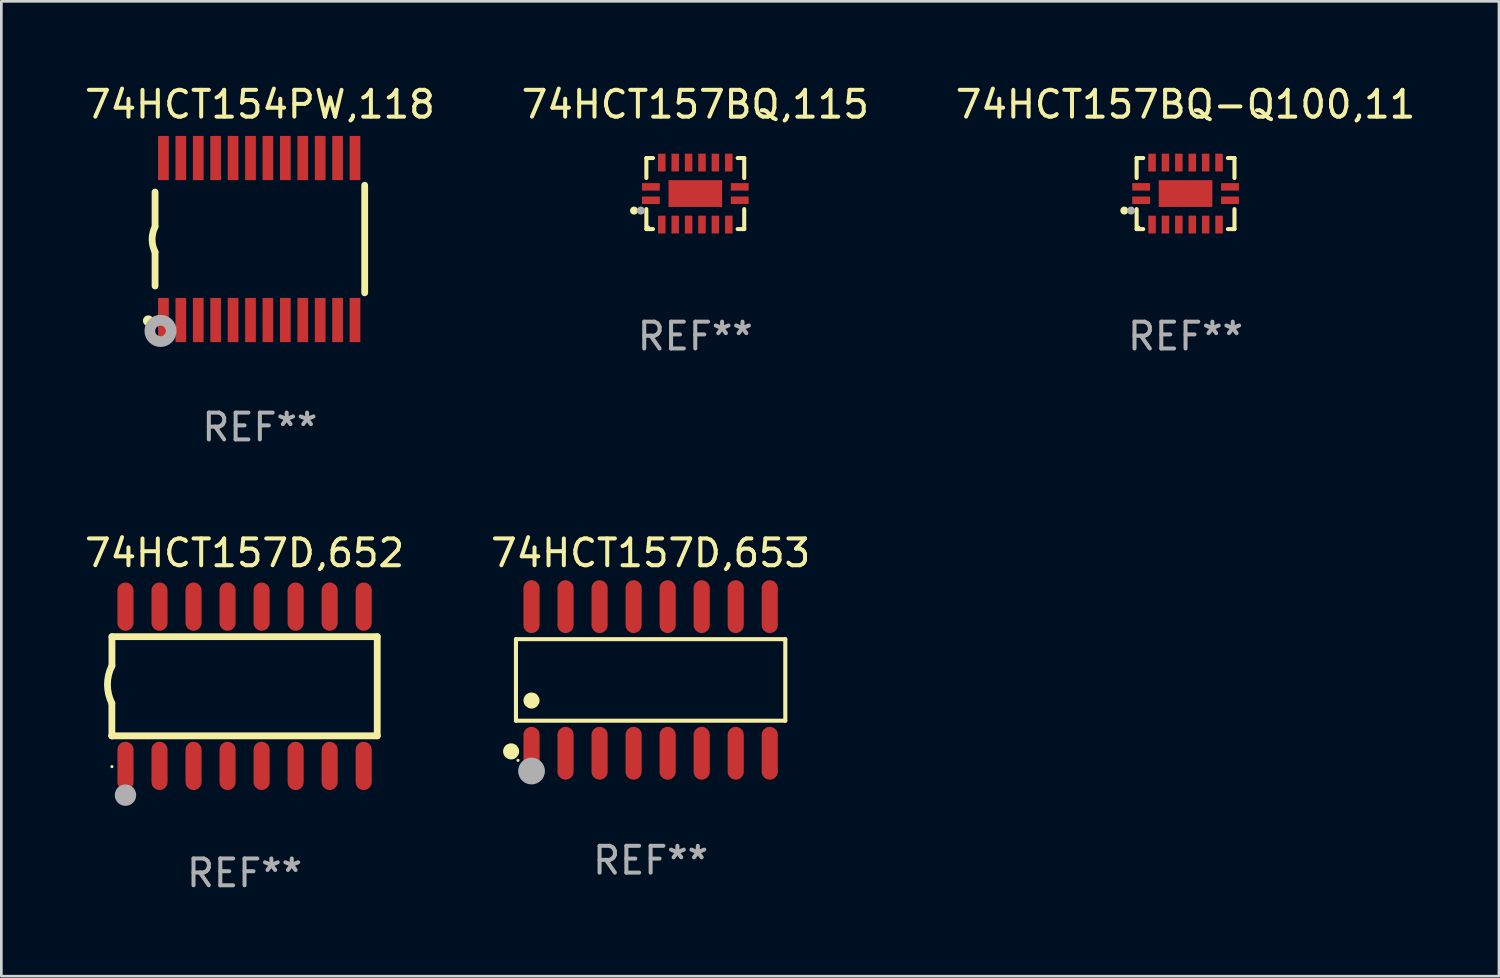
<source format=kicad_pcb>
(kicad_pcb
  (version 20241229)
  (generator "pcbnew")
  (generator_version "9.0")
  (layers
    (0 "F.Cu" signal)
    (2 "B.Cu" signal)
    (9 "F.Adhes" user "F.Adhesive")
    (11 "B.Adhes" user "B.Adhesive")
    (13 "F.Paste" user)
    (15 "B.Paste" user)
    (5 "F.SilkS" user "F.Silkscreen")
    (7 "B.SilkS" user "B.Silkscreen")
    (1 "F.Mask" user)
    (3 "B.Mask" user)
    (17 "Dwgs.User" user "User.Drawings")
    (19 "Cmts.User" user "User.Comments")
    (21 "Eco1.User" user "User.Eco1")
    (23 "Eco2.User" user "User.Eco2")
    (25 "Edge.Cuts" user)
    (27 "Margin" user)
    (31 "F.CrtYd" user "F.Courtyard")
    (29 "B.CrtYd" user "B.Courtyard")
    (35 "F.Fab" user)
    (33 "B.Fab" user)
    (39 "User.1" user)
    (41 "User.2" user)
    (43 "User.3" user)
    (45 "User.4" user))
  (footprint "74HCT157BQ-Q100,11"
    (layer "F.Cu")
    (at 41.196 4.174)
    (property "Reference" "74HCT157BQ-Q100,11" (at 0 -3.326 0) (layer "F.SilkS") (effects (font (size 1 1) (thickness 0.15))))
    (attr through_hole)
    (fp_line (start -1.826 -1.326) (end -1.58 -1.326) (stroke (width 0.152) (type solid)) (layer "F.SilkS"))
    (fp_line (start -1.826 -0.58) (end -1.826 -1.326) (stroke (width 0.152) (type solid)) (layer "F.SilkS"))
    (fp_line (start -1.826 0.58) (end -1.826 1.326) (stroke (width 0.152) (type solid)) (layer "F.SilkS"))
    (fp_line (start -1.826 1.326) (end -1.58 1.326) (stroke (width 0.152) (type solid)) (layer "F.SilkS"))
    (fp_line (start 1.826 -1.326) (end 1.58 -1.326) (stroke (width 0.152) (type solid)) (layer "F.SilkS"))
    (fp_line (start 1.826 -0.58) (end 1.826 -1.326) (stroke (width 0.152) (type solid)) (layer "F.SilkS"))
    (fp_line (start 1.826 0.58) (end 1.826 1.326) (stroke (width 0.152) (type solid)) (layer "F.SilkS"))
    (fp_line (start 1.826 1.326) (end 1.58 1.326) (stroke (width 0.152) (type solid)) (layer "F.SilkS"))
    (fp_circle (center -2.286 0.635) (end -2.211 0.635) (stroke (width 0.15) (type solid)) (fill no) (layer "F.SilkS"))
    (fp_circle (center -1.75 1.25) (end -1.72 1.25) (stroke (width 0.06) (type solid)) (fill no) (layer "F.SilkS"))
    (fp_circle (center -2.032 0.635) (end -1.957 0.635) (stroke (width 0.15) (type solid)) (fill no) (layer "F.Fab"))
    (fp_text user "REF**" (at 0 5.326 0) (layer "F.Fab") (effects (font (size 1 1) (thickness 0.15))))
    (pad "1" smd rect (at -1.658 0.25) (size 0.665 0.28) (layers "F.Cu" "F.Mask" "F.Paste"))
    (pad "2" smd rect (at -1.25 1.157) (size 0.28 0.665) (layers "F.Cu" "F.Mask" "F.Paste"))
    (pad "3" smd rect (at -0.75 1.157) (size 0.28 0.665) (layers "F.Cu" "F.Mask" "F.Paste"))
    (pad "4" smd rect (at -0.25 1.157) (size 0.28 0.665) (layers "F.Cu" "F.Mask" "F.Paste"))
    (pad "5" smd rect (at 0.25 1.157) (size 0.28 0.665) (layers "F.Cu" "F.Mask" "F.Paste"))
    (pad "6" smd rect (at 0.75 1.157) (size 0.28 0.665) (layers "F.Cu" "F.Mask" "F.Paste"))
    (pad "7" smd rect (at 1.25 1.157) (size 0.28 0.665) (layers "F.Cu" "F.Mask" "F.Paste"))
    (pad "8" smd rect (at 1.658 0.25) (size 0.665 0.28) (layers "F.Cu" "F.Mask" "F.Paste"))
    (pad "9" smd rect (at 1.658 -0.25) (size 0.665 0.28) (layers "F.Cu" "F.Mask" "F.Paste"))
    (pad "10" smd rect (at 1.25 -1.157) (size 0.28 0.665) (layers "F.Cu" "F.Mask" "F.Paste"))
    (pad "11" smd rect (at 0.75 -1.157) (size 0.28 0.665) (layers "F.Cu" "F.Mask" "F.Paste"))
    (pad "12" smd rect (at 0.25 -1.157) (size 0.28 0.665) (layers "F.Cu" "F.Mask" "F.Paste"))
    (pad "13" smd rect (at -0.25 -1.157) (size 0.28 0.665) (layers "F.Cu" "F.Mask" "F.Paste"))
    (pad "14" smd rect (at -0.75 -1.157) (size 0.28 0.665) (layers "F.Cu" "F.Mask" "F.Paste"))
    (pad "15" smd rect (at -1.25 -1.157) (size 0.28 0.665) (layers "F.Cu" "F.Mask" "F.Paste"))
    (pad "16" smd rect (at -1.658 -0.25) (size 0.665 0.28) (layers "F.Cu" "F.Mask" "F.Paste"))
    (pad "17" smd rect (at 0 0) (size 2 1) (layers "F.Cu" "F.Mask" "F.Paste")))
  (footprint "74HCT157D,653"
    (layer "F.Cu")
    (at 21.232 22.326)
    (property "Reference" "74HCT157D,653" (at 0 -4.736 0) (layer "F.SilkS") (effects (font (size 1 1) (thickness 0.15))))
    (attr through_hole)
    (fp_line (start -5.026 -1.521) (end 5.026 -1.521) (stroke (width 0.152) (type solid)) (layer "F.SilkS"))
    (fp_line (start -5.026 1.521) (end -5.026 -1.521) (stroke (width 0.152) (type solid)) (layer "F.SilkS"))
    (fp_line (start 5.026 -1.521) (end 5.026 1.521) (stroke (width 0.152) (type solid)) (layer "F.SilkS"))
    (fp_line (start 5.026 1.521) (end -5.026 1.521) (stroke (width 0.152) (type solid)) (layer "F.SilkS"))
    (fp_circle (center -5.207 2.667) (end -5.057 2.667) (stroke (width 0.3) (type solid)) (fill no) (layer "F.SilkS"))
    (fp_circle (center -4.95 3) (end -4.92 3) (stroke (width 0.06) (type solid)) (fill no) (layer "F.SilkS"))
    (fp_circle (center -4.445 0.769) (end -4.295 0.769) (stroke (width 0.3) (type solid)) (fill no) (layer "F.SilkS"))
    (fp_circle (center -4.445 3.4) (end -4.195 3.4) (stroke (width 0.5) (type solid)) (fill no) (layer "F.Fab"))
    (fp_text user "REF**" (at 0 6.736 0) (layer "F.Fab") (effects (font (size 1 1) (thickness 0.15))))
    (pad "1" smd oval (at -4.445 2.736) (size 0.602 1.971) (layers "F.Cu" "F.Mask" "F.Paste"))
    (pad "2" smd oval (at -3.175 2.736) (size 0.602 1.971) (layers "F.Cu" "F.Mask" "F.Paste"))
    (pad "3" smd oval (at -1.905 2.736) (size 0.602 1.971) (layers "F.Cu" "F.Mask" "F.Paste"))
    (pad "4" smd oval (at -0.635 2.736) (size 0.602 1.971) (layers "F.Cu" "F.Mask" "F.Paste"))
    (pad "5" smd oval (at 0.635 2.736) (size 0.602 1.971) (layers "F.Cu" "F.Mask" "F.Paste"))
    (pad "6" smd oval (at 1.905 2.736) (size 0.602 1.971) (layers "F.Cu" "F.Mask" "F.Paste"))
    (pad "7" smd oval (at 3.175 2.736) (size 0.602 1.971) (layers "F.Cu" "F.Mask" "F.Paste"))
    (pad "8" smd oval (at 4.445 2.736) (size 0.602 1.971) (layers "F.Cu" "F.Mask" "F.Paste"))
    (pad "9" smd oval (at 4.445 -2.736) (size 0.602 1.971) (layers "F.Cu" "F.Mask" "F.Paste"))
    (pad "10" smd oval (at 3.175 -2.736) (size 0.602 1.971) (layers "F.Cu" "F.Mask" "F.Paste"))
    (pad "11" smd oval (at 1.905 -2.736) (size 0.602 1.971) (layers "F.Cu" "F.Mask" "F.Paste"))
    (pad "12" smd oval (at 0.635 -2.736) (size 0.602 1.971) (layers "F.Cu" "F.Mask" "F.Paste"))
    (pad "13" smd oval (at -0.635 -2.736) (size 0.602 1.971) (layers "F.Cu" "F.Mask" "F.Paste"))
    (pad "14" smd oval (at -1.905 -2.736) (size 0.602 1.971) (layers "F.Cu" "F.Mask" "F.Paste"))
    (pad "15" smd oval (at -3.175 -2.736) (size 0.602 1.971) (layers "F.Cu" "F.Mask" "F.Paste"))
    (pad "16" smd oval (at -4.445 -2.736) (size 0.602 1.971) (layers "F.Cu" "F.Mask" "F.Paste")))
  (footprint "74HCT157D,652"
    (layer "F.Cu")
    (at 6.077 22.562)
    (property "Reference" "74HCT157D,652" (at 0 -4.972 0) (layer "F.SilkS") (effects (font (size 1 1) (thickness 0.15))))
    (attr through_hole)
    (fp_line (start -4.952 0.635) (end -4.952 1.85) (stroke (width 0.254) (type solid)) (layer "F.SilkS"))
    (fp_line (start -4.952 1.85) (end -4.949 1.85) (stroke (width 0.254) (type solid)) (layer "F.SilkS"))
    (fp_line (start -4.949 -1.85) (end -4.949 -0.762) (stroke (width 0.254) (type solid)) (layer "F.SilkS"))
    (fp_line (start -4.949 1.85) (end 4.952 1.85) (stroke (width 0.254) (type solid)) (layer "F.SilkS"))
    (fp_line (start 4.952 -1.85) (end -4.949 -1.85) (stroke (width 0.254) (type solid)) (layer "F.SilkS"))
    (fp_line (start 4.952 1.85) (end 4.952 -1.85) (stroke (width 0.254) (type solid)) (layer "F.SilkS"))
    (fp_arc (start -4.951524 0.635001) (mid -5.116418 -0.0635) (end -4.951524 -0.762002) (stroke (width 0.254001) (type solid)) (layer "F.SilkS"))
    (fp_circle (center -4.949 3) (end -4.919 3) (stroke (width 0.06) (type solid)) (fill no) (layer "F.SilkS"))
    (fp_circle (center -4.444 4.064) (end -4.244 4.064) (stroke (width 0.4) (type solid)) (fill no) (layer "F.Fab"))
    (fp_text user "REF**" (at 0 6.972 0) (layer "F.Fab") (effects (font (size 1 1) (thickness 0.15))))
    (pad "1" smd oval (at -4.444 2.972 180) (size 0.6 1.8) (layers "F.Cu" "F.Mask" "F.Paste"))
    (pad "2" smd oval (at -3.174 2.972 180) (size 0.6 1.8) (layers "F.Cu" "F.Mask" "F.Paste"))
    (pad "3" smd oval (at -1.904 2.972 180) (size 0.6 1.8) (layers "F.Cu" "F.Mask" "F.Paste"))
    (pad "4" smd oval (at -0.634 2.972 180) (size 0.6 1.8) (layers "F.Cu" "F.Mask" "F.Paste"))
    (pad "5" smd oval (at 0.636 2.972 180) (size 0.6 1.8) (layers "F.Cu" "F.Mask" "F.Paste"))
    (pad "6" smd oval (at 1.906 2.972 180) (size 0.6 1.8) (layers "F.Cu" "F.Mask" "F.Paste"))
    (pad "7" smd oval (at 3.176 2.972 180) (size 0.6 1.8) (layers "F.Cu" "F.Mask" "F.Paste"))
    (pad "8" smd oval (at 4.446 2.972 180) (size 0.6 1.8) (layers "F.Cu" "F.Mask" "F.Paste"))
    (pad "9" smd oval (at 4.446 -2.972 180) (size 0.6 1.8) (layers "F.Cu" "F.Mask" "F.Paste"))
    (pad "10" smd oval (at 3.176 -2.972 180) (size 0.6 1.8) (layers "F.Cu" "F.Mask" "F.Paste"))
    (pad "11" smd oval (at 1.906 -2.972 180) (size 0.6 1.8) (layers "F.Cu" "F.Mask" "F.Paste"))
    (pad "12" smd oval (at 0.636 -2.972 180) (size 0.6 1.8) (layers "F.Cu" "F.Mask" "F.Paste"))
    (pad "13" smd oval (at -0.634 -2.972 180) (size 0.6 1.8) (layers "F.Cu" "F.Mask" "F.Paste"))
    (pad "14" smd oval (at -1.904 -2.972 180) (size 0.6 1.8) (layers "F.Cu" "F.Mask" "F.Paste"))
    (pad "15" smd oval (at -3.174 -2.972 180) (size 0.6 1.8) (layers "F.Cu" "F.Mask" "F.Paste"))
    (pad "16" smd oval (at -4.444 -2.972 180) (size 0.6 1.8) (layers "F.Cu" "F.Mask" "F.Paste")))
  (footprint "74HCT154PW,118"
    (layer "F.Cu")
    (at 6.649 5.871)
    (property "Reference" "74HCT154PW,118" (at 0 -5.023 0) (layer "F.SilkS") (effects (font (size 1 1) (thickness 0.15))))
    (attr through_hole)
    (fp_line (start -3.912 -0.483) (end -3.912 -1.753) (stroke (width 0.254) (type solid)) (layer "F.SilkS"))
    (fp_line (start -3.912 1.753) (end -3.912 0.483) (stroke (width 0.254) (type solid)) (layer "F.SilkS"))
    (fp_line (start 3.912 -2.007) (end 3.912 2.007) (stroke (width 0.254) (type solid)) (layer "F.SilkS"))
    (fp_arc (start -3.911608 0.482601) (mid -4.022537 0.0127) (end -3.911608 -0.457201) (stroke (width 0.254001) (type solid)) (layer "F.SilkS"))
    (fp_circle (center -4.166 3.048) (end -4.066 3.048) (stroke (width 0.2) (type solid)) (fill no) (layer "F.SilkS"))
    (fp_circle (center -3.925 3.186) (end -3.895 3.186) (stroke (width 0.06) (type solid)) (fill no) (layer "F.SilkS"))
    (fp_circle (center -3.708 3.429) (end -3.509 3.429) (stroke (width 0.4) (type solid)) (fill no) (layer "F.Fab"))
    (fp_text user "REF**" (at 0 7.023 0) (layer "F.Fab") (effects (font (size 1 1) (thickness 0.15))))
    (pad "1" smd rect (at -3.6 3.023) (size 0.4 1.65) (layers "F.Cu" "F.Mask" "F.Paste"))
    (pad "2" smd rect (at -2.95 3.023) (size 0.4 1.65) (layers "F.Cu" "F.Mask" "F.Paste"))
    (pad "3" smd rect (at -2.3 3.023) (size 0.4 1.65) (layers "F.Cu" "F.Mask" "F.Paste"))
    (pad "4" smd rect (at -1.65 3.023) (size 0.4 1.65) (layers "F.Cu" "F.Mask" "F.Paste"))
    (pad "5" smd rect (at -1 3.023) (size 0.4 1.65) (layers "F.Cu" "F.Mask" "F.Paste"))
    (pad "6" smd rect (at -0.35 3.023) (size 0.4 1.65) (layers "F.Cu" "F.Mask" "F.Paste"))
    (pad "7" smd rect (at 0.299 3.023) (size 0.4 1.65) (layers "F.Cu" "F.Mask" "F.Paste"))
    (pad "8" smd rect (at 0.95 3.023) (size 0.4 1.65) (layers "F.Cu" "F.Mask" "F.Paste"))
    (pad "9" smd rect (at 1.6 3.023) (size 0.4 1.65) (layers "F.Cu" "F.Mask" "F.Paste"))
    (pad "10" smd rect (at 2.25 3.023) (size 0.4 1.65) (layers "F.Cu" "F.Mask" "F.Paste"))
    (pad "11" smd rect (at 2.9 3.023) (size 0.4 1.65) (layers "F.Cu" "F.Mask" "F.Paste"))
    (pad "12" smd rect (at 3.549 3.023) (size 0.4 1.65) (layers "F.Cu" "F.Mask" "F.Paste"))
    (pad "13" smd rect (at 3.549 -3.023) (size 0.4 1.65) (layers "F.Cu" "F.Mask" "F.Paste"))
    (pad "14" smd rect (at 2.9 -3.023) (size 0.4 1.65) (layers "F.Cu" "F.Mask" "F.Paste"))
    (pad "15" smd rect (at 2.25 -3.023) (size 0.4 1.65) (layers "F.Cu" "F.Mask" "F.Paste"))
    (pad "16" smd rect (at 1.6 -3.023) (size 0.4 1.65) (layers "F.Cu" "F.Mask" "F.Paste"))
    (pad "17" smd rect (at 0.95 -3.023) (size 0.4 1.65) (layers "F.Cu" "F.Mask" "F.Paste"))
    (pad "18" smd rect (at 0.299 -3.023) (size 0.4 1.65) (layers "F.Cu" "F.Mask" "F.Paste"))
    (pad "19" smd rect (at -0.35 -3.023) (size 0.4 1.65) (layers "F.Cu" "F.Mask" "F.Paste"))
    (pad "20" smd rect (at -1 -3.023) (size 0.4 1.65) (layers "F.Cu" "F.Mask" "F.Paste"))
    (pad "21" smd rect (at -1.65 -3.023) (size 0.4 1.65) (layers "F.Cu" "F.Mask" "F.Paste"))
    (pad "22" smd rect (at -2.3 -3.023) (size 0.4 1.65) (layers "F.Cu" "F.Mask" "F.Paste"))
    (pad "23" smd rect (at -2.95 -3.023) (size 0.4 1.65) (layers "F.Cu" "F.Mask" "F.Paste"))
    (pad "24" smd rect (at -3.6 -3.023) (size 0.4 1.65) (layers "F.Cu" "F.Mask" "F.Paste")))
  (footprint "74HCT157BQ,115"
    (layer "F.Cu")
    (at 22.899 4.174)
    (property "Reference" "74HCT157BQ,115" (at 0 -3.326 0) (layer "F.SilkS") (effects (font (size 1 1) (thickness 0.15))))
    (attr through_hole)
    (fp_line (start -1.826 -1.326) (end -1.58 -1.326) (stroke (width 0.152) (type solid)) (layer "F.SilkS"))
    (fp_line (start -1.826 -0.58) (end -1.826 -1.326) (stroke (width 0.152) (type solid)) (layer "F.SilkS"))
    (fp_line (start -1.826 0.58) (end -1.826 1.326) (stroke (width 0.152) (type solid)) (layer "F.SilkS"))
    (fp_line (start -1.826 1.326) (end -1.58 1.326) (stroke (width 0.152) (type solid)) (layer "F.SilkS"))
    (fp_line (start 1.826 -1.326) (end 1.58 -1.326) (stroke (width 0.152) (type solid)) (layer "F.SilkS"))
    (fp_line (start 1.826 -0.58) (end 1.826 -1.326) (stroke (width 0.152) (type solid)) (layer "F.SilkS"))
    (fp_line (start 1.826 0.58) (end 1.826 1.326) (stroke (width 0.152) (type solid)) (layer "F.SilkS"))
    (fp_line (start 1.826 1.326) (end 1.58 1.326) (stroke (width 0.152) (type solid)) (layer "F.SilkS"))
    (fp_circle (center -2.286 0.635) (end -2.211 0.635) (stroke (width 0.15) (type solid)) (fill no) (layer "F.SilkS"))
    (fp_circle (center -1.75 1.25) (end -1.72 1.25) (stroke (width 0.06) (type solid)) (fill no) (layer "F.SilkS"))
    (fp_circle (center -2.032 0.635) (end -1.957 0.635) (stroke (width 0.15) (type solid)) (fill no) (layer "F.Fab"))
    (fp_text user "REF**" (at 0 5.326 0) (layer "F.Fab") (effects (font (size 1 1) (thickness 0.15))))
    (pad "1" smd rect (at -1.658 0.25) (size 0.665 0.28) (layers "F.Cu" "F.Mask" "F.Paste"))
    (pad "2" smd rect (at -1.25 1.157) (size 0.28 0.665) (layers "F.Cu" "F.Mask" "F.Paste"))
    (pad "3" smd rect (at -0.75 1.157) (size 0.28 0.665) (layers "F.Cu" "F.Mask" "F.Paste"))
    (pad "4" smd rect (at -0.25 1.157) (size 0.28 0.665) (layers "F.Cu" "F.Mask" "F.Paste"))
    (pad "5" smd rect (at 0.25 1.157) (size 0.28 0.665) (layers "F.Cu" "F.Mask" "F.Paste"))
    (pad "6" smd rect (at 0.75 1.157) (size 0.28 0.665) (layers "F.Cu" "F.Mask" "F.Paste"))
    (pad "7" smd rect (at 1.25 1.157) (size 0.28 0.665) (layers "F.Cu" "F.Mask" "F.Paste"))
    (pad "8" smd rect (at 1.658 0.25) (size 0.665 0.28) (layers "F.Cu" "F.Mask" "F.Paste"))
    (pad "9" smd rect (at 1.658 -0.25) (size 0.665 0.28) (layers "F.Cu" "F.Mask" "F.Paste"))
    (pad "10" smd rect (at 1.25 -1.157) (size 0.28 0.665) (layers "F.Cu" "F.Mask" "F.Paste"))
    (pad "11" smd rect (at 0.75 -1.157) (size 0.28 0.665) (layers "F.Cu" "F.Mask" "F.Paste"))
    (pad "12" smd rect (at 0.25 -1.157) (size 0.28 0.665) (layers "F.Cu" "F.Mask" "F.Paste"))
    (pad "13" smd rect (at -0.25 -1.157) (size 0.28 0.665) (layers "F.Cu" "F.Mask" "F.Paste"))
    (pad "14" smd rect (at -0.75 -1.157) (size 0.28 0.665) (layers "F.Cu" "F.Mask" "F.Paste"))
    (pad "15" smd rect (at -1.25 -1.157) (size 0.28 0.665) (layers "F.Cu" "F.Mask" "F.Paste"))
    (pad "16" smd rect (at -1.658 -0.25) (size 0.665 0.28) (layers "F.Cu" "F.Mask" "F.Paste"))
    (pad "17" smd rect (at 0 0) (size 2 1) (layers "F.Cu" "F.Mask" "F.Paste")))
  (gr_rect
    (start -3 -3)
    (end 52.893 33.382)
    (stroke (width 0.1) (type default))
    (fill no)
    (layer "Edge.Cuts")))
</source>
